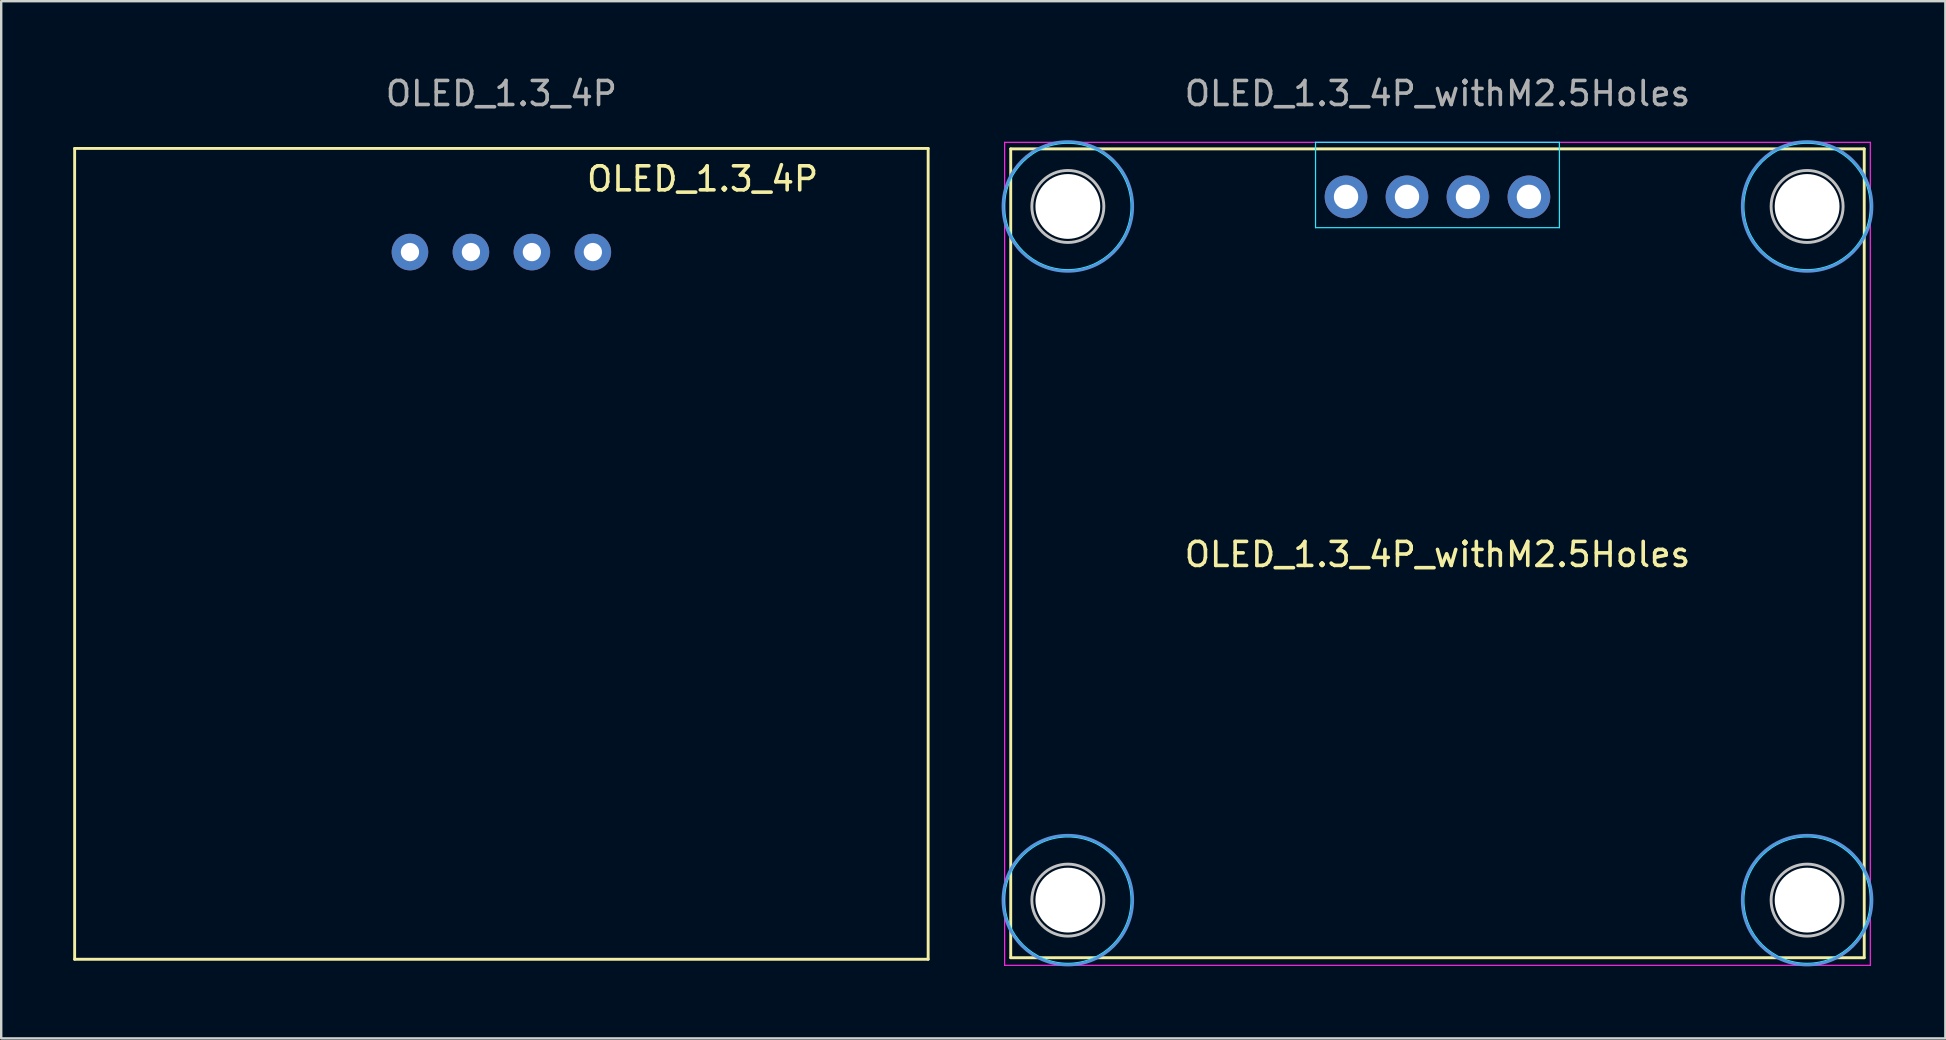
<source format=kicad_pcb>
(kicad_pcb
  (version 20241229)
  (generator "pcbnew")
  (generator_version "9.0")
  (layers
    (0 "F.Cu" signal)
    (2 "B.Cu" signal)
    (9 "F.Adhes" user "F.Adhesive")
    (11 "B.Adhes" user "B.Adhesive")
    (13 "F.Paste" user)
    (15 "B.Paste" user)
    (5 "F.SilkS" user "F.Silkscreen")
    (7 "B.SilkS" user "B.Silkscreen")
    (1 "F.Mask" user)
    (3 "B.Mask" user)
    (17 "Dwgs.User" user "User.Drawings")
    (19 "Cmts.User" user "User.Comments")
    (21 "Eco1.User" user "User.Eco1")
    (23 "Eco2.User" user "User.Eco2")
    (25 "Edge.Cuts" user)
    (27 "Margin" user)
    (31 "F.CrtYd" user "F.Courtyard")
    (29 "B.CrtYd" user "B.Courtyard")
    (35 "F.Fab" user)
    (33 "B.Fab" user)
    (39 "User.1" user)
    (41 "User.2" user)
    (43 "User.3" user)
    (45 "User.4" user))
  (footprint "OLED_1.3_4P_withM2.5Holes"
    (layer "F.Cu")
    (at 56.84 20.152)
    (property "Reference" "OLED_1.3_4P_withM2.5Holes" (at 0 -0.1 0) (unlocked yes) (layer "F.SilkS") (effects (font (size 1 1) (thickness 0.15))))
    (attr through_hole)
    (fp_line (start -17.78 -17) (end -17.78 16.7) (stroke (width 0.12) (type solid)) (layer "F.SilkS"))
    (fp_line (start -17.78 16.7) (end 17.78 16.7) (stroke (width 0.12) (type solid)) (layer "F.SilkS"))
    (fp_line (start 17.78 -17) (end -17.78 -17) (stroke (width 0.12) (type solid)) (layer "F.SilkS"))
    (fp_line (start 17.78 16.7) (end 17.78 -17) (stroke (width 0.12) (type solid)) (layer "F.SilkS"))
    (fp_circle (center -15.4 -14.6) (end -13.9 -14.6) (stroke (width 0.12) (type solid)) (fill no) (layer "Dwgs.User"))
    (fp_circle (center -15.4 14.3) (end -13.9 14.3) (stroke (width 0.12) (type solid)) (fill no) (layer "Dwgs.User"))
    (fp_circle (center 15.4 -14.6) (end 16.9 -14.6) (stroke (width 0.12) (type solid)) (fill no) (layer "Dwgs.User"))
    (fp_circle (center 15.4 14.3) (end 16.9 14.3) (stroke (width 0.12) (type solid)) (fill no) (layer "Dwgs.User"))
    (fp_circle (center -15.4 -14.6) (end -12.7 -14.6) (stroke (width 0.12) (type solid)) (fill no) (layer "Cmts.User"))
    (fp_circle (center -15.4 14.3) (end -12.7 14.3) (stroke (width 0.12) (type solid)) (fill no) (layer "Cmts.User"))
    (fp_circle (center 15.4 -14.6) (end 18.1 -14.6) (stroke (width 0.12) (type solid)) (fill no) (layer "Cmts.User"))
    (fp_circle (center 15.4 14.3) (end 18.1 14.3) (stroke (width 0.12) (type solid)) (fill no) (layer "Cmts.User"))
    (fp_line (start -5.08 -17.272) (end 5.08 -17.272) (stroke (width 0.05) (type solid)) (layer "B.CrtYd"))
    (fp_line (start -5.08 -13.716) (end -5.08 -17.272) (stroke (width 0.05) (type solid)) (layer "B.CrtYd"))
    (fp_line (start 5.08 -17.272) (end 5.08 -13.716) (stroke (width 0.05) (type solid)) (layer "B.CrtYd"))
    (fp_line (start 5.08 -13.716) (end -5.08 -13.716) (stroke (width 0.05) (type solid)) (layer "B.CrtYd"))
    (fp_circle (center -15.4 -14.6) (end -18.034 -14.6) (stroke (width 0.05) (type solid)) (fill no) (layer "B.CrtYd"))
    (fp_circle (center -15.4 14.3) (end -12.766 14.3) (stroke (width 0.05) (type solid)) (fill no) (layer "B.CrtYd"))
    (fp_circle (center 15.4 -14.6) (end 18.034 -14.6) (stroke (width 0.05) (type solid)) (fill no) (layer "B.CrtYd"))
    (fp_circle (center 15.4 14.3) (end 18.034 14.3) (stroke (width 0.05) (type solid)) (fill no) (layer "B.CrtYd"))
    (fp_line (start -18.034 -17.272) (end 18.034 -17.272) (stroke (width 0.05) (type solid)) (layer "F.CrtYd"))
    (fp_line (start -18.034 17.018) (end -18.034 -17.272) (stroke (width 0.05) (type solid)) (layer "F.CrtYd"))
    (fp_line (start 18.034 -17.272) (end 18.034 17.018) (stroke (width 0.05) (type solid)) (layer "F.CrtYd"))
    (fp_line (start 18.034 17.018) (end -18.034 17.018) (stroke (width 0.05) (type solid)) (layer "F.CrtYd"))
    (fp_text user "${REFERENCE}" (at 0 -19.304 0) (unlocked yes) (layer "F.Fab") (effects (font (size 1 1) (thickness 0.15))))
    (pad "" np_thru_hole circle (at -15.4 -14.6) (size 2.7 2.7) (drill 2.7) (layers "*.Cu" "*.Mask"))
    (pad "" np_thru_hole circle (at -15.4 14.3) (size 2.7 2.7) (drill 2.7) (layers "*.Cu" "*.Mask"))
    (pad "" np_thru_hole circle (at 15.4 -14.6) (size 2.7 2.7) (drill 2.7) (layers "*.Cu" "*.Mask"))
    (pad "" np_thru_hole circle (at 15.4 14.3) (size 2.7 2.7) (drill 2.7) (layers "*.Cu" "*.Mask"))
    (pad "1" thru_hole circle (at -3.81 -15) (size 1.778 1.778) (drill 1.016) (layers "*.Cu" "*.Mask"))
    (pad "2" thru_hole circle (at -1.27 -15) (size 1.778 1.778) (drill 1.016) (layers "*.Cu" "*.Mask"))
    (pad "3" thru_hole circle (at 1.27 -15) (size 1.778 1.778) (drill 1.016) (layers "*.Cu" "*.Mask"))
    (pad "4" thru_hole circle (at 3.81 -15) (size 1.778 1.778) (drill 1.016) (layers "*.Cu" "*.Mask")))
  (footprint "OLED_1.3_4P"
    (layer "F.Cu")
    (at 17.84 20.152)
    (property "Reference" "OLED_1.3_4P" (at 8.382 -15.748 0) (unlocked yes) (layer "F.SilkS") (effects (font (size 1 1) (thickness 0.15))))
    (attr through_hole)
    (fp_line (start -17.78 -17.018) (end -17.78 16.764) (stroke (width 0.12) (type solid)) (layer "F.SilkS"))
    (fp_line (start -17.78 16.764) (end 17.78 16.764) (stroke (width 0.12) (type solid)) (layer "F.SilkS"))
    (fp_line (start 17.78 -17.018) (end -17.78 -17.018) (stroke (width 0.12) (type solid)) (layer "F.SilkS"))
    (fp_line (start 17.78 16.764) (end 17.78 -17.018) (stroke (width 0.12) (type solid)) (layer "F.SilkS"))
    (fp_text user "${REFERENCE}" (at 0 -19.304 0) (unlocked yes) (layer "F.Fab") (effects (font (size 1 1) (thickness 0.15))))
    (pad "1" thru_hole circle (at -3.81 -12.7) (size 1.524 1.524) (drill 0.762) (layers "*.Cu" "*.Mask"))
    (pad "2" thru_hole circle (at -1.27 -12.7) (size 1.524 1.524) (drill 0.762) (layers "*.Cu" "*.Mask"))
    (pad "3" thru_hole circle (at 1.27 -12.7) (size 1.524 1.524) (drill 0.762) (layers "*.Cu" "*.Mask"))
    (pad "4" thru_hole circle (at 3.81 -12.7) (size 1.524 1.524) (drill 0.762) (layers "*.Cu" "*.Mask")))
  (gr_rect
    (start -3 -3)
    (end 78 40.212)
    (stroke (width 0.1) (type default))
    (fill no)
    (layer "Edge.Cuts")))
</source>
